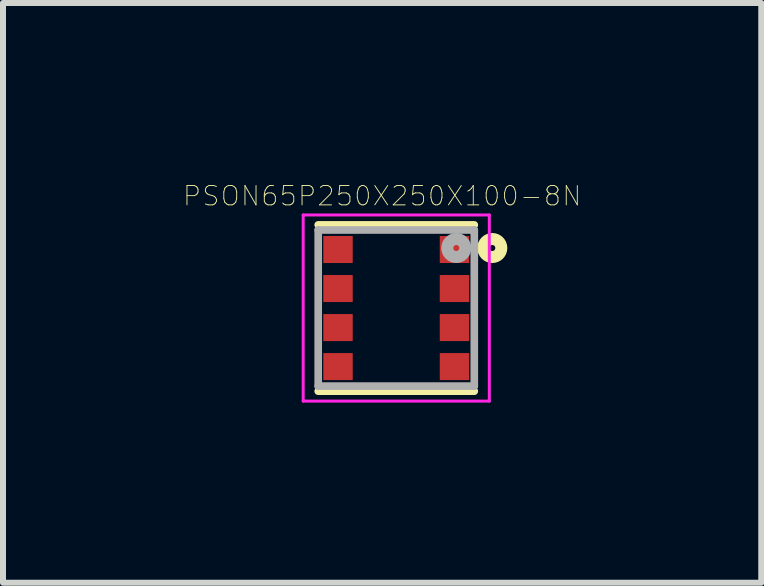
<source format=kicad_pcb>
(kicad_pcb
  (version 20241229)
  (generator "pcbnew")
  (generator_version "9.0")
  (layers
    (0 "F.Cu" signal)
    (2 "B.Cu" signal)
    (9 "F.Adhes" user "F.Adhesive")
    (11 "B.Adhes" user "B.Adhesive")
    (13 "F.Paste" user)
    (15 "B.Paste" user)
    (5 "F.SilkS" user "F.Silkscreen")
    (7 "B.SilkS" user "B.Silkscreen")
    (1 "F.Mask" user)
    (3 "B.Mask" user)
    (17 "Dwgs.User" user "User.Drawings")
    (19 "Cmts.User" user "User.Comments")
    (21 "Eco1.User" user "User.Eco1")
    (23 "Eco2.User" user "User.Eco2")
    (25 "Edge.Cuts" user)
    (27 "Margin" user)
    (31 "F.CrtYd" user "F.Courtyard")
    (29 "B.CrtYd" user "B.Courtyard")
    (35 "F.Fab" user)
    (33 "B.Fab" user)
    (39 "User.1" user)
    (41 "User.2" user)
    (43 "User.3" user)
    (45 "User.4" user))
  (footprint "PSON65P250X250X100-8N"
    (layer "F.Cu")
    (at 3.55 2.081)
    (property "Reference" "PSON65P250X250X100-8N" (at -0.235 -1.867 0) (layer "F.SilkS") (effects (font (size 0.322 0.322) (thickness 0.015))))
    (attr through_hole)
    (fp_line (start -1.3 -1.385) (end 1.3 -1.385) (stroke (width 0.127) (type solid)) (layer "F.SilkS"))
    (fp_line (start -1.3 1.385) (end 1.3 1.385) (stroke (width 0.127) (type solid)) (layer "F.SilkS"))
    (fp_circle (center 1.6 -1) (end 1.65 -1) (stroke (width 0.2) (type solid)) (fill no) (layer "F.SilkS"))
    (fp_line (start -1.55 -1.55) (end 1.55 -1.55) (stroke (width 0.05) (type solid)) (layer "F.CrtYd"))
    (fp_line (start -1.55 1.55) (end -1.55 -1.55) (stroke (width 0.05) (type solid)) (layer "F.CrtYd"))
    (fp_line (start 1.55 -1.55) (end 1.55 1.55) (stroke (width 0.05) (type solid)) (layer "F.CrtYd"))
    (fp_line (start 1.55 1.55) (end -1.55 1.55) (stroke (width 0.05) (type solid)) (layer "F.CrtYd"))
    (fp_line (start -1.3 -1.3) (end -1.3 1.3) (stroke (width 0.127) (type solid)) (layer "F.Fab"))
    (fp_line (start -1.3 1.3) (end 1.3 1.3) (stroke (width 0.127) (type solid)) (layer "F.Fab"))
    (fp_line (start 1.3 -1.3) (end -1.3 -1.3) (stroke (width 0.127) (type solid)) (layer "F.Fab"))
    (fp_line (start 1.3 1.3) (end 1.3 -1.3) (stroke (width 0.127) (type solid)) (layer "F.Fab"))
    (fp_circle (center 1 -1) (end 1.05 -1) (stroke (width 0.2) (type solid)) (fill no) (layer "F.Fab"))
    (pad "1" smd rect (at 0.97 -0.975) (size 0.49 0.45) (layers "F.Cu" "F.Mask" "F.Paste"))
    (pad "2" smd rect (at 0.97 -0.325) (size 0.49 0.45) (layers "F.Cu" "F.Mask" "F.Paste"))
    (pad "3" smd rect (at 0.97 0.325) (size 0.49 0.45) (layers "F.Cu" "F.Mask" "F.Paste"))
    (pad "4" smd rect (at 0.97 0.975) (size 0.49 0.45) (layers "F.Cu" "F.Mask" "F.Paste"))
    (pad "5" smd rect (at -0.97 0.975) (size 0.49 0.45) (layers "F.Cu" "F.Mask" "F.Paste"))
    (pad "6" smd rect (at -0.97 0.325) (size 0.49 0.45) (layers "F.Cu" "F.Mask" "F.Paste"))
    (pad "7" smd rect (at -0.97 -0.325) (size 0.49 0.45) (layers "F.Cu" "F.Mask" "F.Paste"))
    (pad "8" smd rect (at -0.97 -0.975) (size 0.49 0.45) (layers "F.Cu" "F.Mask" "F.Paste")))
  (gr_rect
    (start -3 -3)
    (end 9.63 6.656)
    (stroke (width 0.1) (type default))
    (fill no)
    (layer "Edge.Cuts")))
</source>
